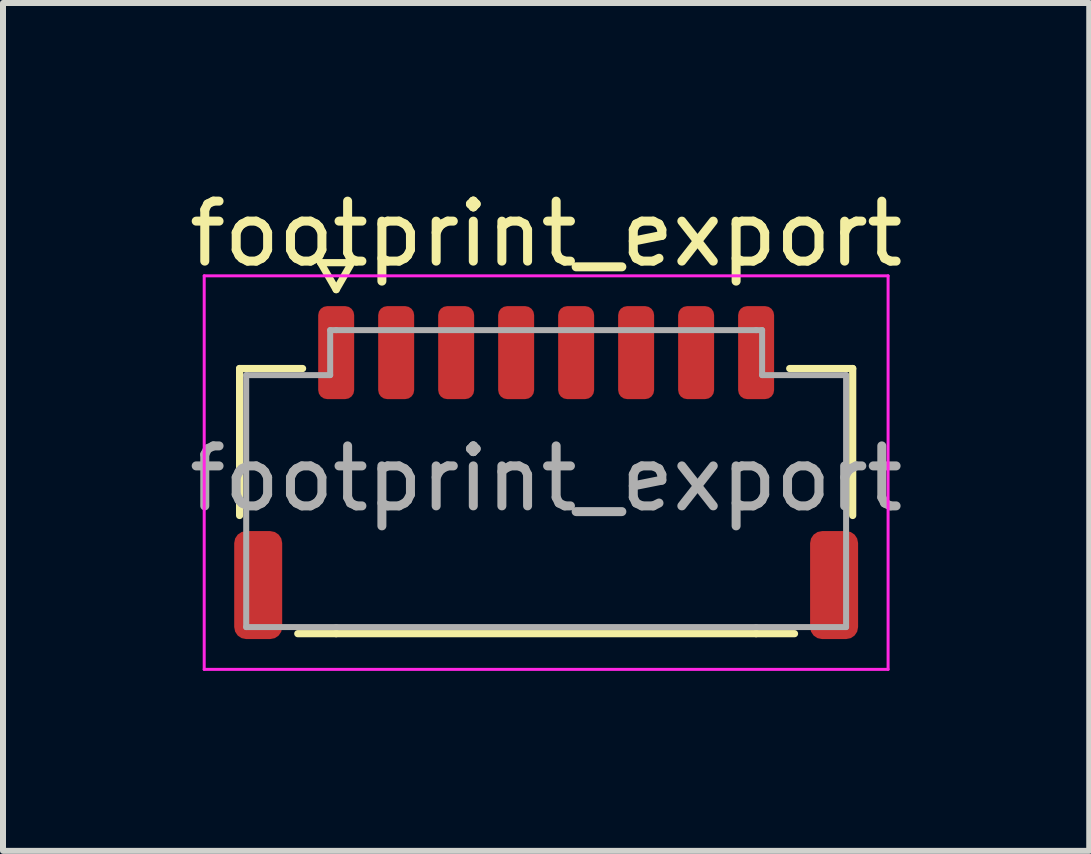
<source format=kicad_pcb>
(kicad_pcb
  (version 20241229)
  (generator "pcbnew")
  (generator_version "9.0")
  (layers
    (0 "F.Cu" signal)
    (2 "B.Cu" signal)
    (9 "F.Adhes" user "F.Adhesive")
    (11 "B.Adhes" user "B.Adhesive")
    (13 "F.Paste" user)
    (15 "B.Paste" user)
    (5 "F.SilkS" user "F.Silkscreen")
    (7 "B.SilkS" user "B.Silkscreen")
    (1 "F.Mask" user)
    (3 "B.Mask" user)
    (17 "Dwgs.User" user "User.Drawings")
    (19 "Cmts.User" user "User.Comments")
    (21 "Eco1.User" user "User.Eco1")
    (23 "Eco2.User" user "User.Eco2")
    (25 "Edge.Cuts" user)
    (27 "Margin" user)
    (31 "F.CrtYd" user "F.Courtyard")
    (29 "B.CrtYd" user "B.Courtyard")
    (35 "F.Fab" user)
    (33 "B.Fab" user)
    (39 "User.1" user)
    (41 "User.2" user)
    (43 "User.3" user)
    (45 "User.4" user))
  (footprint "footprint_export"
    (layer "F.Cu")
    (at 6.054 4.928)
    (property "Reference" "footprint_export" (at 0 -4.08 0) (layer "F.SilkS") (effects (font (size 1 1) (thickness 0.15))))
    (attr smd)
    (fp_line (start -5.11 -1.835) (end -4.06 -1.835) (stroke (width 0.12) (type solid)) (layer "F.SilkS"))
    (fp_line (start -5.11 0.615) (end -5.11 -1.835) (stroke (width 0.12) (type solid)) (layer "F.SilkS"))
    (fp_line (start -3.76 -3.6) (end -3.5 -3.15) (stroke (width 0.12) (type solid)) (layer "F.SilkS"))
    (fp_line (start -3.5 -3.15) (end -3.24 -3.6) (stroke (width 0.12) (type solid)) (layer "F.SilkS"))
    (fp_line (start -3.5 2.585) (end -4.14 2.585) (stroke (width 0.12) (type solid)) (layer "F.SilkS"))
    (fp_line (start -3.24 -3.6) (end -3.76 -3.6) (stroke (width 0.12) (type solid)) (layer "F.SilkS"))
    (fp_line (start 3.5 2.585) (end -3.5 2.585) (stroke (width 0.12) (type solid)) (layer "F.SilkS"))
    (fp_line (start 4.06 -1.835) (end 5.11 -1.835) (stroke (width 0.12) (type solid)) (layer "F.SilkS"))
    (fp_line (start 4.14 2.585) (end 3.5 2.585) (stroke (width 0.12) (type solid)) (layer "F.SilkS"))
    (fp_line (start 5.11 -1.835) (end 5.11 0.615) (stroke (width 0.12) (type solid)) (layer "F.SilkS"))
    (fp_line (start -5.7 -3.38) (end -5.7 3.18) (stroke (width 0.05) (type solid)) (layer "F.CrtYd"))
    (fp_line (start -5.7 3.18) (end 5.7 3.18) (stroke (width 0.05) (type solid)) (layer "F.CrtYd"))
    (fp_line (start 5.7 -3.38) (end -5.7 -3.38) (stroke (width 0.05) (type solid)) (layer "F.CrtYd"))
    (fp_line (start 5.7 3.18) (end 5.7 -3.38) (stroke (width 0.05) (type solid)) (layer "F.CrtYd"))
    (fp_line (start -5 -1.725) (end -3.6 -1.725) (stroke (width 0.1) (type solid)) (layer "F.Fab"))
    (fp_line (start -5 2.475) (end -5 -1.725) (stroke (width 0.1) (type solid)) (layer "F.Fab"))
    (fp_line (start -3.6 -2.475) (end -3.5 -2.475) (stroke (width 0.1) (type solid)) (layer "F.Fab"))
    (fp_line (start -3.6 -1.725) (end -3.6 -2.475) (stroke (width 0.1) (type solid)) (layer "F.Fab"))
    (fp_line (start -3.5 -2.475) (end 3.5 -2.475) (stroke (width 0.1) (type solid)) (layer "F.Fab"))
    (fp_line (start -3.5 2.475) (end -5 2.475) (stroke (width 0.1) (type solid)) (layer "F.Fab"))
    (fp_line (start 3.5 -2.475) (end 3.6 -2.475) (stroke (width 0.1) (type solid)) (layer "F.Fab"))
    (fp_line (start 3.5 2.475) (end -3.5 2.475) (stroke (width 0.1) (type solid)) (layer "F.Fab"))
    (fp_line (start 3.6 -2.475) (end 3.6 -1.725) (stroke (width 0.1) (type solid)) (layer "F.Fab"))
    (fp_line (start 3.6 -1.725) (end 5 -1.725) (stroke (width 0.1) (type solid)) (layer "F.Fab"))
    (fp_line (start 5 -1.725) (end 5 2.475) (stroke (width 0.1) (type solid)) (layer "F.Fab"))
    (fp_line (start 5 2.475) (end 3.5 2.475) (stroke (width 0.1) (type solid)) (layer "F.Fab"))
    (fp_text user "${REFERENCE}" (at 0 0 0) (layer "F.Fab") (effects (font (size 1 1) (thickness 0.15))))
    (pad "1" smd roundrect (at -3.5 -2.1) (size 0.6 1.55) (layers "F.Cu" "F.Mask" "F.Paste") (roundrect_rratio 0.25))
    (pad "2" smd roundrect (at -2.5 -2.1) (size 0.6 1.55) (layers "F.Cu" "F.Mask" "F.Paste") (roundrect_rratio 0.25))
    (pad "3" smd roundrect (at -1.5 -2.1) (size 0.6 1.55) (layers "F.Cu" "F.Mask" "F.Paste") (roundrect_rratio 0.25))
    (pad "4" smd roundrect (at -0.5 -2.1) (size 0.6 1.55) (layers "F.Cu" "F.Mask" "F.Paste") (roundrect_rratio 0.25))
    (pad "5" smd roundrect (at 0.5 -2.1) (size 0.6 1.55) (layers "F.Cu" "F.Mask" "F.Paste") (roundrect_rratio 0.25))
    (pad "6" smd roundrect (at 1.5 -2.1) (size 0.6 1.55) (layers "F.Cu" "F.Mask" "F.Paste") (roundrect_rratio 0.25))
    (pad "7" smd roundrect (at 2.5 -2.1) (size 0.6 1.55) (layers "F.Cu" "F.Mask" "F.Paste") (roundrect_rratio 0.25))
    (pad "8" smd roundrect (at 3.5 -2.1) (size 0.6 1.55) (layers "F.Cu" "F.Mask" "F.Paste") (roundrect_rratio 0.25))
    (pad "MP" smd roundrect (at -4.8 1.775) (size 0.8 1.8) (layers "F.Cu" "F.Mask" "F.Paste") (roundrect_rratio 0.25))
    (pad "MP" smd roundrect (at 4.8 1.775) (size 0.8 1.8) (layers "F.Cu" "F.Mask" "F.Paste") (roundrect_rratio 0.25)))
  (gr_rect
    (start -3 -3)
    (end 15.107 11.133)
    (stroke (width 0.1) (type default))
    (fill no)
    (layer "Edge.Cuts")))
</source>
